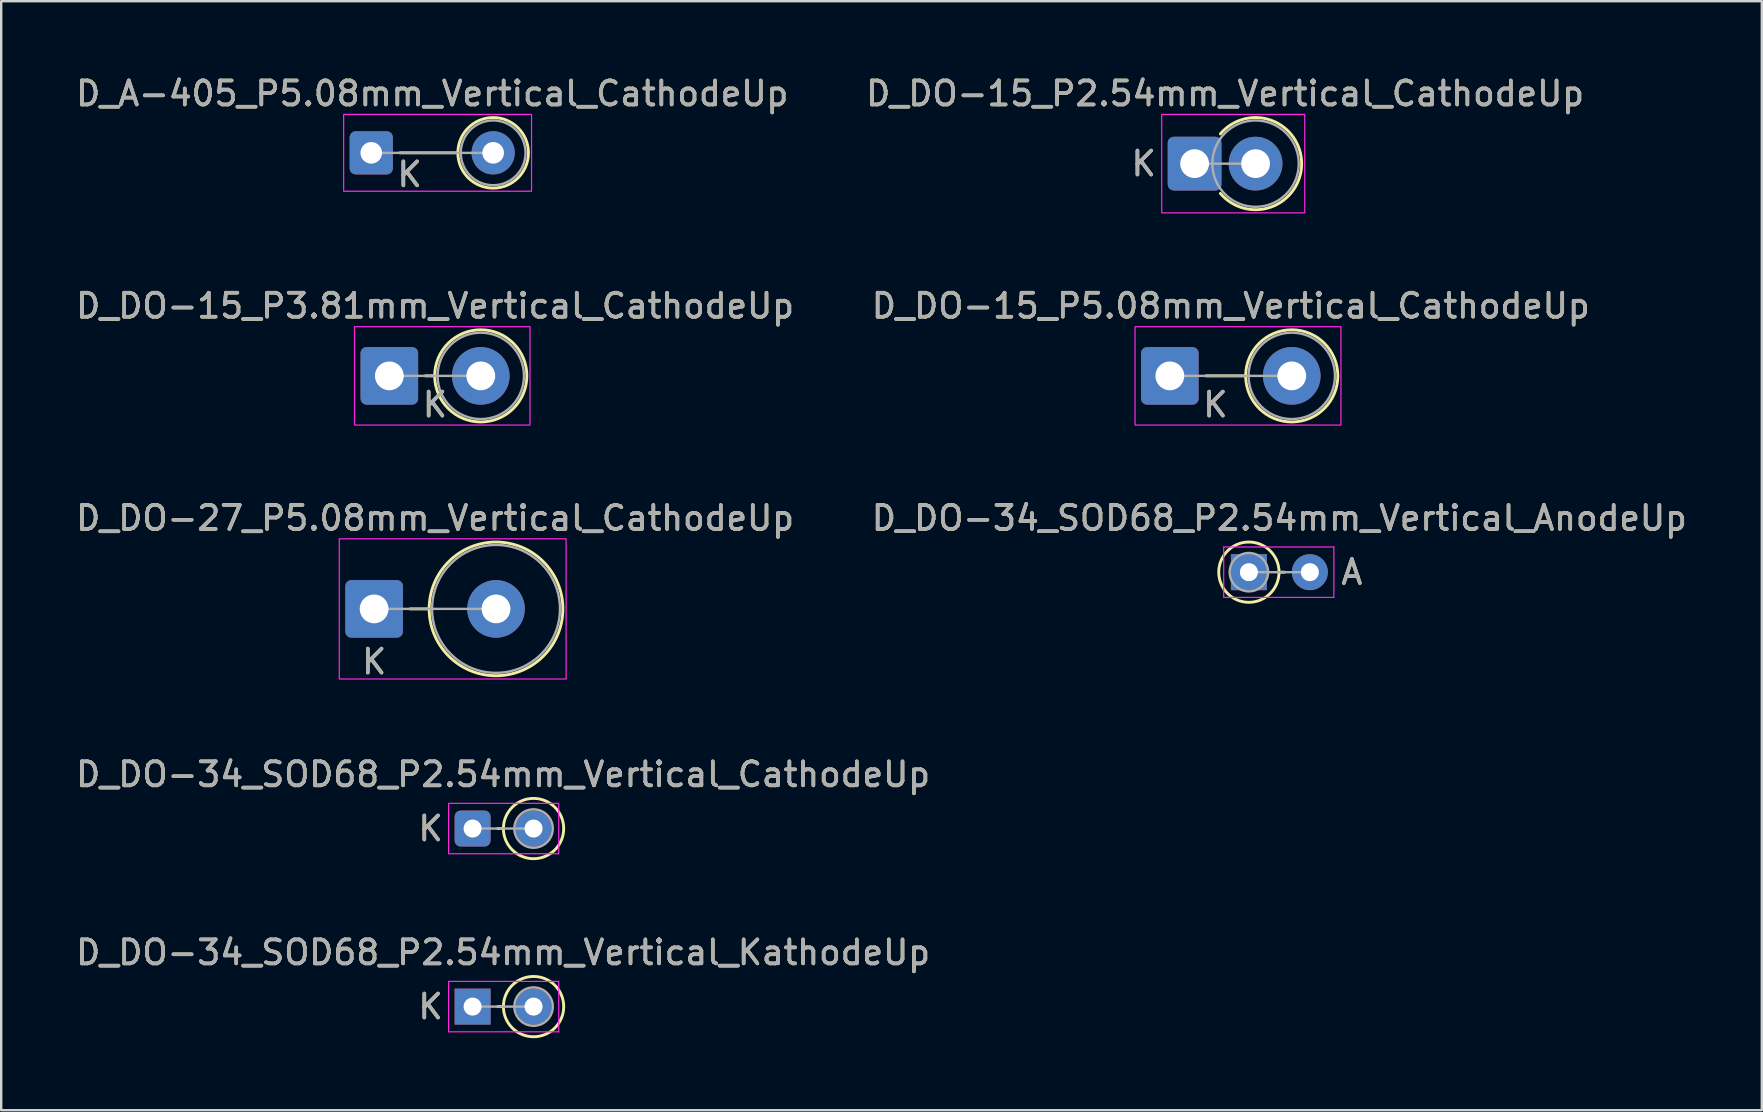
<source format=kicad_pcb>
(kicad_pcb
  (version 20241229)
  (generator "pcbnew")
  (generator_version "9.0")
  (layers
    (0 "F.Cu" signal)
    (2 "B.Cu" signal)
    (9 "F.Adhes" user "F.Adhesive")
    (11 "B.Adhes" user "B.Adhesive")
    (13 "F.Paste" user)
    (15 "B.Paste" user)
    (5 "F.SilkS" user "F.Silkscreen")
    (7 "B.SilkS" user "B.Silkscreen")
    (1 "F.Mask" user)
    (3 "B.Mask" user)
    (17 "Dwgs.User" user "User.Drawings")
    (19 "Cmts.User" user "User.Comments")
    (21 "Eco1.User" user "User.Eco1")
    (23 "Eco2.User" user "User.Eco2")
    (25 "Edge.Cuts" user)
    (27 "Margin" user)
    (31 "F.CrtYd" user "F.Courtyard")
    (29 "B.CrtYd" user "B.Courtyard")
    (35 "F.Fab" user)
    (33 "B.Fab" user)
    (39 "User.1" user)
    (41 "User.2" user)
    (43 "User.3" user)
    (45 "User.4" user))
  (footprint "D_DO-34_SOD68_P2.54mm_Vertical_CathodeUp"
    (layer "F.Cu")
    (at 16.641 31.472)
    (property "Reference" "D_DO-34_SOD68_P2.54mm_Vertical_CathodeUp" (at 1.27 -2.256 0) (layer "F.SilkS") (effects (font (size 1 1) (thickness 0.15))))
    (attr through_hole)
    (fp_line (start 1.284 0) (end 1.05 0) (stroke (width 0.12) (type solid)) (layer "F.SilkS"))
    (fp_circle (center 2.54 0) (end 3.796 0) (stroke (width 0.12) (type solid)) (fill no) (layer "F.SilkS"))
    (fp_rect (start -1 -1.05) (end 3.59 1.05) (stroke (width 0.05) (type solid)) (fill no) (layer "F.CrtYd"))
    (fp_line (start 0 0) (end 2.54 0) (stroke (width 0.1) (type solid)) (layer "F.Fab"))
    (fp_circle (center 2.54 0) (end 3.34 0) (stroke (width 0.1) (type solid)) (fill no) (layer "F.Fab"))
    (fp_text user "K" (at -1.75 0 0) (layer "F.SilkS") (effects (font (size 1 1) (thickness 0.15))))
    (fp_text user "K" (at -1.75 0 0) (layer "F.Fab") (effects (font (size 1 1) (thickness 0.15))))
    (fp_text user "${REFERENCE}" (at 1.27 -2.256 0) (layer "F.Fab") (effects (font (size 1 1) (thickness 0.15))))
    (pad "1" thru_hole roundrect (at 0 0) (size 1.5 1.5) (drill 0.75) (layers "*.Cu" "*.Mask") (roundrect_rratio 0.167))
    (pad "2" thru_hole circle (at 2.54 0) (size 1.5 1.5) (drill 0.75) (layers "*.Cu" "*.Mask")))
  (footprint "D_DO-15_P3.81mm_Vertical_CathodeUp"
    (layer "F.Cu")
    (at 13.172 12.611)
    (property "Reference" "D_DO-15_P3.81mm_Vertical_CathodeUp" (at 1.905 -2.92 0) (layer "F.SilkS") (effects (font (size 1 1) (thickness 0.15))))
    (attr through_hole)
    (fp_line (start 1.89 0) (end 1.5 0) (stroke (width 0.12) (type solid)) (layer "F.SilkS"))
    (fp_circle (center 3.81 0) (end 5.73 0) (stroke (width 0.12) (type solid)) (fill no) (layer "F.SilkS"))
    (fp_rect (start -1.45 -2.05) (end 5.86 2.05) (stroke (width 0.05) (type solid)) (fill no) (layer "F.CrtYd"))
    (fp_line (start 0 0) (end 3.81 0) (stroke (width 0.1) (type solid)) (layer "F.Fab"))
    (fp_circle (center 3.81 0) (end 5.61 0) (stroke (width 0.1) (type solid)) (fill no) (layer "F.Fab"))
    (fp_text user "K" (at 1.9 1.2 0) (layer "F.SilkS") (effects (font (size 1 1) (thickness 0.15))))
    (fp_text user "K" (at 1.9 1.2 0) (layer "F.Fab") (effects (font (size 1 1) (thickness 0.15))))
    (fp_text user "${REFERENCE}" (at 1.905 -2.92 0) (layer "F.Fab") (effects (font (size 1 1) (thickness 0.15))))
    (pad "1" thru_hole roundrect (at 0 0) (size 2.4 2.4) (drill 1.2) (layers "*.Cu" "*.Mask") (roundrect_rratio 0.104))
    (pad "2" thru_hole circle (at 3.81 0) (size 2.4 2.4) (drill 1.2) (layers "*.Cu" "*.Mask")))
  (footprint "D_DO-34_SOD68_P2.54mm_Vertical_KathodeUp"
    (layer "F.Cu")
    (at 16.641 38.891)
    (property "Reference" "D_DO-34_SOD68_P2.54mm_Vertical_KathodeUp" (at 1.27 -2.256 0) (layer "F.SilkS") (effects (font (size 1 1) (thickness 0.15))))
    (attr through_hole)
    (fp_line (start 1.284 0) (end 1.05 0) (stroke (width 0.12) (type solid)) (layer "F.SilkS"))
    (fp_circle (center 2.54 0) (end 3.796 0) (stroke (width 0.12) (type solid)) (fill no) (layer "F.SilkS"))
    (fp_line (start -1 -1.05) (end -1 1.05) (stroke (width 0.05) (type solid)) (layer "F.CrtYd"))
    (fp_line (start -1 1.05) (end 3.59 1.05) (stroke (width 0.05) (type solid)) (layer "F.CrtYd"))
    (fp_line (start 3.59 -1.05) (end -1 -1.05) (stroke (width 0.05) (type solid)) (layer "F.CrtYd"))
    (fp_line (start 3.59 1.05) (end 3.59 -1.05) (stroke (width 0.05) (type solid)) (layer "F.CrtYd"))
    (fp_line (start 0 0) (end 2.54 0) (stroke (width 0.1) (type solid)) (layer "F.Fab"))
    (fp_circle (center 2.54 0) (end 3.34 0) (stroke (width 0.1) (type solid)) (fill no) (layer "F.Fab"))
    (fp_text user "K" (at -1.75 0 0) (layer "F.SilkS") (effects (font (size 1 1) (thickness 0.15))))
    (fp_text user "${REFERENCE}" (at 1.27 -2.256 0) (layer "F.Fab") (effects (font (size 1 1) (thickness 0.15))))
    (fp_text user "K" (at -1.75 0 0) (layer "F.Fab") (effects (font (size 1 1) (thickness 0.15))))
    (pad "1" thru_hole rect (at 0 0) (size 1.5 1.5) (drill 0.75) (layers "*.Cu" "*.Mask"))
    (pad "2" thru_hole oval (at 2.54 0) (size 1.5 1.5) (drill 0.75) (layers "*.Cu" "*.Mask")))
  (footprint "D_DO-34_SOD68_P2.54mm_Vertical_AnodeUp"
    (layer "F.Cu")
    (at 48.986 20.79)
    (property "Reference" "D_DO-34_SOD68_P2.54mm_Vertical_AnodeUp" (at 1.27 -2.256 0) (layer "F.SilkS") (effects (font (size 1 1) (thickness 0.15))))
    (attr through_hole)
    (fp_line (start 1.256 0) (end 1.49 0) (stroke (width 0.12) (type solid)) (layer "F.SilkS"))
    (fp_circle (center 0 0) (end 1.256 0) (stroke (width 0.12) (type solid)) (fill no) (layer "F.SilkS"))
    (fp_line (start -1.05 -1.05) (end -1.05 1.05) (stroke (width 0.05) (type solid)) (layer "F.CrtYd"))
    (fp_line (start -1.05 1.05) (end 3.54 1.05) (stroke (width 0.05) (type solid)) (layer "F.CrtYd"))
    (fp_line (start 3.54 -1.05) (end -1.05 -1.05) (stroke (width 0.05) (type solid)) (layer "F.CrtYd"))
    (fp_line (start 3.54 1.05) (end 3.54 -1.05) (stroke (width 0.05) (type solid)) (layer "F.CrtYd"))
    (fp_line (start 0 0) (end 2.54 0) (stroke (width 0.1) (type solid)) (layer "F.Fab"))
    (fp_circle (center 0 0) (end 0.8 0) (stroke (width 0.1) (type solid)) (fill no) (layer "F.Fab"))
    (fp_text user "A" (at 4.29 0 0) (layer "F.SilkS") (effects (font (size 1 1) (thickness 0.15))))
    (fp_text user "A" (at 4.29 0 0) (layer "F.Fab") (effects (font (size 1 1) (thickness 0.15))))
    (fp_text user "${REFERENCE}" (at 1.27 -2.256 0) (layer "F.Fab") (effects (font (size 1 1) (thickness 0.15))))
    (pad "1" thru_hole rect (at 0 0) (size 1.5 1.5) (drill 0.75) (layers "*.Cu" "*.Mask"))
    (pad "2" thru_hole circle (at 2.54 0) (size 1.5 1.5) (drill 0.75) (layers "*.Cu" "*.Mask")))
  (footprint "D_DO-15_P2.54mm_Vertical_CathodeUp"
    (layer "F.Cu")
    (at 46.724 3.768)
    (property "Reference" "D_DO-15_P2.54mm_Vertical_CathodeUp" (at 1.27 -2.92 0) (layer "F.SilkS") (effects (font (size 1 1) (thickness 0.15))))
    (attr through_hole)
    (fp_arc (start 1.074121 -1.24) (mid 4.46 0) (end 1.074121 1.24) (stroke (width 0.12) (type solid)) (layer "F.SilkS"))
    (fp_rect (start -1.37 -2.05) (end 4.59 2.05) (stroke (width 0.05) (type solid)) (fill no) (layer "F.CrtYd"))
    (fp_line (start 0 0) (end 2.54 0) (stroke (width 0.1) (type solid)) (layer "F.Fab"))
    (fp_circle (center 2.54 0) (end 4.34 0) (stroke (width 0.1) (type solid)) (fill no) (layer "F.Fab"))
    (fp_text user "K" (at -2.12 0 0) (layer "F.SilkS") (effects (font (size 1 1) (thickness 0.15))))
    (fp_text user "K" (at -2.12 0 0) (layer "F.Fab") (effects (font (size 1 1) (thickness 0.15))))
    (fp_text user "${REFERENCE}" (at 1.27 -2.92 0) (layer "F.Fab") (effects (font (size 1 1) (thickness 0.15))))
    (pad "1" thru_hole roundrect (at 0 0) (size 2.24 2.24) (drill 1.2) (layers "*.Cu" "*.Mask") (roundrect_rratio 0.112))
    (pad "2" thru_hole circle (at 2.54 0) (size 2.24 2.24) (drill 1.2) (layers "*.Cu" "*.Mask")))
  (footprint "D_DO-15_P5.08mm_Vertical_CathodeUp"
    (layer "F.Cu")
    (at 45.692 12.611)
    (property "Reference" "D_DO-15_P5.08mm_Vertical_CathodeUp" (at 2.54 -2.92 0) (layer "F.SilkS") (effects (font (size 1 1) (thickness 0.15))))
    (attr through_hole)
    (fp_line (start 3.16 0) (end 1.5 0) (stroke (width 0.12) (type solid)) (layer "F.SilkS"))
    (fp_circle (center 5.08 0) (end 7 0) (stroke (width 0.12) (type solid)) (fill no) (layer "F.SilkS"))
    (fp_rect (start -1.45 -2.05) (end 7.13 2.05) (stroke (width 0.05) (type solid)) (fill no) (layer "F.CrtYd"))
    (fp_line (start 0 0) (end 5.08 0) (stroke (width 0.1) (type solid)) (layer "F.Fab"))
    (fp_circle (center 5.08 0) (end 6.88 0) (stroke (width 0.1) (type solid)) (fill no) (layer "F.Fab"))
    (fp_text user "K" (at 1.9 1.2 0) (layer "F.SilkS") (effects (font (size 1 1) (thickness 0.15))))
    (fp_text user "${REFERENCE}" (at 2.54 -2.92 0) (layer "F.Fab") (effects (font (size 1 1) (thickness 0.15))))
    (fp_text user "K" (at 1.9 1.2 0) (layer "F.Fab") (effects (font (size 1 1) (thickness 0.15))))
    (pad "1" thru_hole roundrect (at 0 0) (size 2.4 2.4) (drill 1.2) (layers "*.Cu" "*.Mask") (roundrect_rratio 0.104))
    (pad "2" thru_hole circle (at 5.08 0) (size 2.4 2.4) (drill 1.2) (layers "*.Cu" "*.Mask")))
  (footprint "D_A-405_P5.08mm_Vertical_CathodeUp"
    (layer "F.Cu")
    (at 12.418 3.318)
    (property "Reference" "D_A-405_P5.08mm_Vertical_CathodeUp" (at 2.54 -2.47 0) (layer "F.SilkS") (effects (font (size 1 1) (thickness 0.15))))
    (attr through_hole)
    (fp_line (start 3.61 0) (end 1.2 0) (stroke (width 0.12) (type solid)) (layer "F.SilkS"))
    (fp_circle (center 5.08 0) (end 6.55 0) (stroke (width 0.12) (type solid)) (fill no) (layer "F.SilkS"))
    (fp_rect (start -1.15 -1.6) (end 6.68 1.6) (stroke (width 0.05) (type solid)) (fill no) (layer "F.CrtYd"))
    (fp_line (start 0 0) (end 5.08 0) (stroke (width 0.1) (type solid)) (layer "F.Fab"))
    (fp_circle (center 5.08 0) (end 6.43 0) (stroke (width 0.1) (type solid)) (fill no) (layer "F.Fab"))
    (fp_text user "K" (at 1.6 0.9 0) (layer "F.SilkS") (effects (font (size 1 1) (thickness 0.15))))
    (fp_text user "${REFERENCE}" (at 2.54 -2.47 0) (layer "F.Fab") (effects (font (size 1 1) (thickness 0.15))))
    (fp_text user "K" (at 1.6 0.9 0) (layer "F.Fab") (effects (font (size 1 1) (thickness 0.15))))
    (pad "1" thru_hole roundrect (at 0 0) (size 1.8 1.8) (drill 0.9) (layers "*.Cu" "*.Mask") (roundrect_rratio 0.139))
    (pad "2" thru_hole circle (at 5.08 0) (size 1.8 1.8) (drill 0.9) (layers "*.Cu" "*.Mask")))
  (footprint "D_DO-27_P5.08mm_Vertical_CathodeUp"
    (layer "F.Cu")
    (at 12.537 22.32)
    (property "Reference" "D_DO-27_P5.08mm_Vertical_CathodeUp" (at 2.54 -3.785 0) (layer "F.SilkS") (effects (font (size 1 1) (thickness 0.15))))
    (attr through_hole)
    (fp_line (start 2.295 0) (end 1.5 0) (stroke (width 0.12) (type solid)) (layer "F.SilkS"))
    (fp_circle (center 5.08 0) (end 7.865 0) (stroke (width 0.12) (type solid)) (fill no) (layer "F.SilkS"))
    (fp_rect (start -1.45 -2.92) (end 8 2.92) (stroke (width 0.05) (type solid)) (fill no) (layer "F.CrtYd"))
    (fp_line (start 0 0) (end 5.08 0) (stroke (width 0.1) (type solid)) (layer "F.Fab"))
    (fp_circle (center 5.08 0) (end 7.745 0) (stroke (width 0.1) (type solid)) (fill no) (layer "F.Fab"))
    (fp_text user "K" (at 0 2.2 0) (layer "F.SilkS") (effects (font (size 1 1) (thickness 0.15))))
    (fp_text user "K" (at 0 2.2 0) (layer "F.Fab") (effects (font (size 1 1) (thickness 0.15))))
    (fp_text user "${REFERENCE}" (at 2.54 -3.785 0) (layer "F.Fab") (effects (font (size 1 1) (thickness 0.15))))
    (pad "1" thru_hole roundrect (at 0 0) (size 2.4 2.4) (drill 1.2) (layers "*.Cu" "*.Mask") (roundrect_rratio 0.104))
    (pad "2" thru_hole circle (at 5.08 0) (size 2.4 2.4) (drill 1.2) (layers "*.Cu" "*.Mask")))
  (gr_rect
    (start -3 -3)
    (end 70.357 43.207)
    (stroke (width 0.1) (type default))
    (fill no)
    (layer "Edge.Cuts")))
</source>
